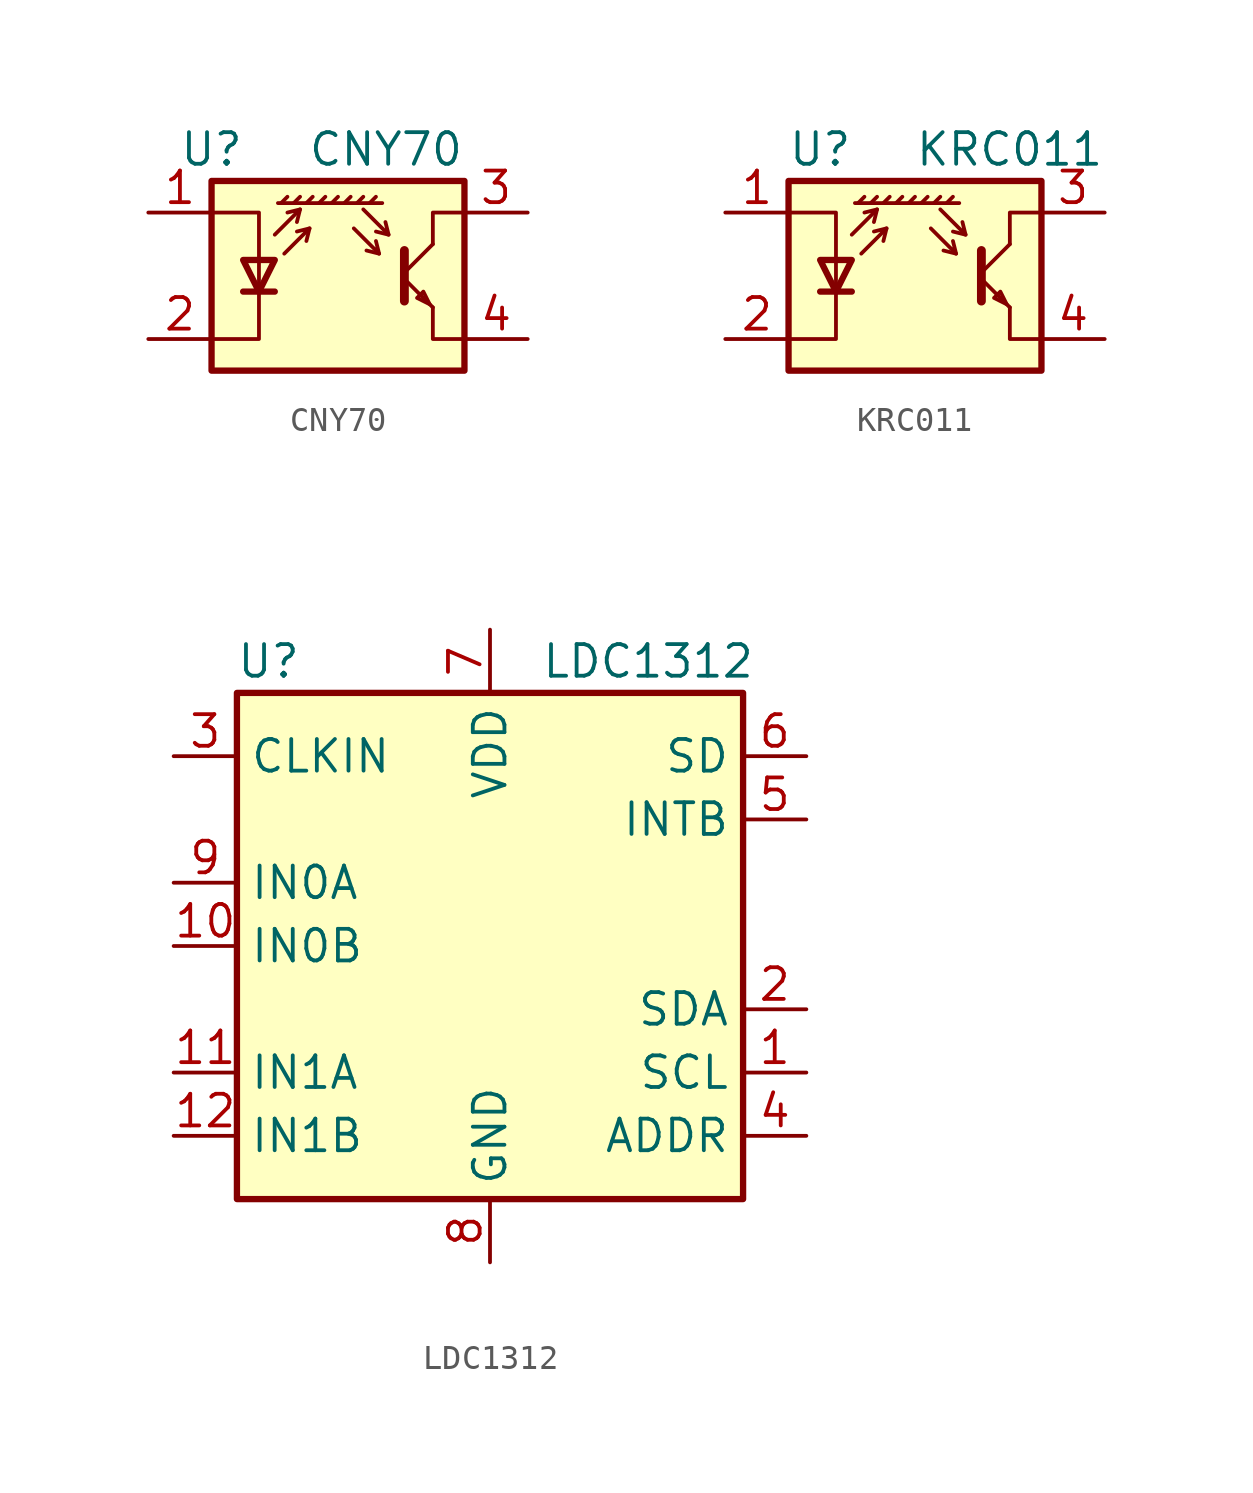
<source format=kicad_sym>
(kicad_symbol_lib
  (version 20231120)
  (generator "kicad_symbol_editor")
  (generator_version "8.0")
  (symbol "CNY70"
    (pin_names
      (offset 1.016) hide)
    (property "Reference" "U"
      (at -5.08 5.08 0)
      (effects (font (size 1.27 1.27))))
    (property "Value" "CNY70"
      (at 5.08 5.08 0)
      (effects (font (size 1.27 1.27)) (justify right)))
    (symbol "CNY70_0_1"
      (polyline (pts (xy -3.81 -0.635) (xy -2.54 -0.635)) (stroke (width 0.254) (type default)) (fill (type none)))
      (polyline (pts (xy -2.286 2.921) (xy -2.032 3.175)) (stroke (width 0) (type default)) (fill (type none)))
      (polyline (pts (xy -1.778 2.921) (xy -1.524 3.175)) (stroke (width 0) (type default)) (fill (type none)))
      (polyline (pts (xy -1.524 2.667) (xy -1.651 2.159)) (stroke (width 0) (type default)) (fill (type none)))
      (polyline (pts (xy -1.27 2.921) (xy -1.016 3.175)) (stroke (width 0) (type default)) (fill (type none)))
      (polyline (pts (xy -1.143 1.905) (xy -1.27 1.397)) (stroke (width 0) (type default)) (fill (type none)))
      (polyline (pts (xy -0.762 2.921) (xy -0.508 3.175)) (stroke (width 0) (type default)) (fill (type none)))
      (polyline (pts (xy -0.254 2.921) (xy 0 3.175)) (stroke (width 0) (type default)) (fill (type none)))
      (polyline (pts (xy 0.254 2.921) (xy 0.508 3.175)) (stroke (width 0) (type default)) (fill (type none)))
      (polyline (pts (xy 0.762 2.921) (xy 1.016 3.175)) (stroke (width 0) (type default)) (fill (type none)))
      (polyline (pts (xy 1.27 2.921) (xy 1.524 3.175)) (stroke (width 0) (type default)) (fill (type none)))
      (polyline (pts (xy 1.651 0.889) (xy 1.143 1.016)) (stroke (width 0) (type default)) (fill (type none)))
      (polyline (pts (xy 1.778 2.921) (xy -2.413 2.921)) (stroke (width 0) (type default)) (fill (type none)))
      (polyline (pts (xy 2.032 1.651) (xy 1.524 1.778)) (stroke (width 0) (type default)) (fill (type none)))
      (polyline (pts (xy 2.667 -0.127) (xy 3.81 -1.27)) (stroke (width 0) (type default)) (fill (type none)))
      (polyline (pts (xy 2.667 0.127) (xy 3.81 1.27)) (stroke (width 0) (type default)) (fill (type none)))
      (polyline (pts (xy -2.54 1.651) (xy -1.524 2.667) (xy -2.032 2.54)) (stroke (width 0) (type default)) (fill (type none)))
      (polyline (pts (xy -2.159 0.889) (xy -1.143 1.905) (xy -1.651 1.778)) (stroke (width 0) (type default)) (fill (type none)))
      (polyline (pts (xy 0.635 1.905) (xy 1.651 0.889) (xy 1.524 1.397)) (stroke (width 0) (type default)) (fill (type none)))
      (polyline (pts (xy 1.016 2.667) (xy 2.032 1.651) (xy 1.905 2.159)) (stroke (width 0) (type default)) (fill (type none)))
      (polyline (pts (xy 2.667 1.016) (xy 2.667 -1.016) (xy 2.667 -1.016)) (stroke (width 0.356) (type default)) (fill (type none)))
      (polyline (pts (xy 3.81 -1.27) (xy 3.81 -2.54) (xy 5.08 -2.54)) (stroke (width 0) (type default)) (fill (type none)))
      (polyline (pts (xy 3.81 1.27) (xy 3.81 2.54) (xy 5.08 2.54)) (stroke (width 0) (type default)) (fill (type none)))
      (polyline (pts (xy -5.08 -2.54) (xy -3.175 -2.54) (xy -3.175 2.54) (xy -5.08 2.54)) (stroke (width 0) (type default)) (fill (type none)))
      (polyline (pts (xy -3.175 -0.635) (xy -3.81 0.635) (xy -2.54 0.635) (xy -3.175 -0.635)) (stroke (width 0.254) (type default)) (fill (type none)))
      (polyline (pts (xy 3.683 -1.143) (xy 3.429 -0.635) (xy 3.175 -0.889) (xy 3.683 -1.143)) (stroke (width 0) (type default)) (fill (type none)))
      (polyline (pts (xy -5.08 -3.81) (xy 5.08 -3.81) (xy 5.08 3.81) (xy -5.08 3.81) (xy -5.08 -3.81)) (stroke (width 0.254) (type default)) (fill (type background))))
    (symbol "CNY70_1_1"
      (pin passive line (at -7.62 2.54 0) (length 2.54) (name "A" (effects (font (size 1.27 1.27)))) (number "1" (effects (font (size 1.27 1.27)))))
      (pin passive line (at -7.62 -2.54 0) (length 2.54) (name "K" (effects (font (size 1.27 1.27)))) (number "2" (effects (font (size 1.27 1.27)))))
      (pin open_collector line (at 7.62 2.54 180) (length 2.54) (name "C" (effects (font (size 1.27 1.27)))) (number "3" (effects (font (size 1.27 1.27)))))
      (pin open_emitter line (at 7.62 -2.54 180) (length 2.54) (name "E" (effects (font (size 1.27 1.27)))) (number "4" (effects (font (size 1.27 1.27)))))))
  (symbol "KRC011"
    (pin_names
      (offset 1.016) hide)
    (property "Reference" "U"
      (at -3.81 5.08 0)
      (effects (font (size 1.27 1.27))))
    (property "Value" "KRC011"
      (at 7.62 5.08 0)
      (effects (font (size 1.27 1.27)) (justify right)))
    (symbol "KRC011_0_1"
      (polyline (pts (xy -3.81 -0.635) (xy -2.54 -0.635)) (stroke (width 0.254) (type default)) (fill (type none)))
      (polyline (pts (xy -2.286 2.921) (xy -2.032 3.175)) (stroke (width 0) (type default)) (fill (type none)))
      (polyline (pts (xy -1.778 2.921) (xy -1.524 3.175)) (stroke (width 0) (type default)) (fill (type none)))
      (polyline (pts (xy -1.524 2.667) (xy -1.651 2.159)) (stroke (width 0) (type default)) (fill (type none)))
      (polyline (pts (xy -1.27 2.921) (xy -1.016 3.175)) (stroke (width 0) (type default)) (fill (type none)))
      (polyline (pts (xy -1.143 1.905) (xy -1.27 1.397)) (stroke (width 0) (type default)) (fill (type none)))
      (polyline (pts (xy -0.762 2.921) (xy -0.508 3.175)) (stroke (width 0) (type default)) (fill (type none)))
      (polyline (pts (xy -0.254 2.921) (xy 0 3.175)) (stroke (width 0) (type default)) (fill (type none)))
      (polyline (pts (xy 0.254 2.921) (xy 0.508 3.175)) (stroke (width 0) (type default)) (fill (type none)))
      (polyline (pts (xy 0.762 2.921) (xy 1.016 3.175)) (stroke (width 0) (type default)) (fill (type none)))
      (polyline (pts (xy 1.27 2.921) (xy 1.524 3.175)) (stroke (width 0) (type default)) (fill (type none)))
      (polyline (pts (xy 1.651 0.889) (xy 1.143 1.016)) (stroke (width 0) (type default)) (fill (type none)))
      (polyline (pts (xy 1.778 2.921) (xy -2.413 2.921)) (stroke (width 0) (type default)) (fill (type none)))
      (polyline (pts (xy 2.032 1.651) (xy 1.524 1.778)) (stroke (width 0) (type default)) (fill (type none)))
      (polyline (pts (xy 2.667 -0.127) (xy 3.81 -1.27)) (stroke (width 0) (type default)) (fill (type none)))
      (polyline (pts (xy 2.667 0.127) (xy 3.81 1.27)) (stroke (width 0) (type default)) (fill (type none)))
      (polyline (pts (xy -2.54 1.651) (xy -1.524 2.667) (xy -2.032 2.54)) (stroke (width 0) (type default)) (fill (type none)))
      (polyline (pts (xy -2.159 0.889) (xy -1.143 1.905) (xy -1.651 1.778)) (stroke (width 0) (type default)) (fill (type none)))
      (polyline (pts (xy 0.635 1.905) (xy 1.651 0.889) (xy 1.524 1.397)) (stroke (width 0) (type default)) (fill (type none)))
      (polyline (pts (xy 1.016 2.667) (xy 2.032 1.651) (xy 1.905 2.159)) (stroke (width 0) (type default)) (fill (type none)))
      (polyline (pts (xy 2.667 1.016) (xy 2.667 -1.016) (xy 2.667 -1.016)) (stroke (width 0.356) (type default)) (fill (type none)))
      (polyline (pts (xy 3.81 -1.27) (xy 3.81 -2.54) (xy 5.08 -2.54)) (stroke (width 0) (type default)) (fill (type none)))
      (polyline (pts (xy 3.81 1.27) (xy 3.81 2.54) (xy 5.08 2.54)) (stroke (width 0) (type default)) (fill (type none)))
      (polyline (pts (xy -5.08 -2.54) (xy -3.175 -2.54) (xy -3.175 2.54) (xy -5.08 2.54)) (stroke (width 0) (type default)) (fill (type none)))
      (polyline (pts (xy -3.175 -0.635) (xy -3.81 0.635) (xy -2.54 0.635) (xy -3.175 -0.635)) (stroke (width 0.254) (type default)) (fill (type none)))
      (polyline (pts (xy 3.683 -1.143) (xy 3.429 -0.635) (xy 3.175 -0.889) (xy 3.683 -1.143)) (stroke (width 0) (type default)) (fill (type none)))
      (polyline (pts (xy -5.08 -3.81) (xy 5.08 -3.81) (xy 5.08 3.81) (xy -5.08 3.81) (xy -5.08 -3.81)) (stroke (width 0.254) (type default)) (fill (type background))))
    (symbol "KRC011_1_1"
      (pin passive line (at -7.62 2.54 0) (length 2.54) (name "A" (effects (font (size 1.27 1.27)))) (number "1" (effects (font (size 1.27 1.27)))))
      (pin passive line (at -7.62 -2.54 0) (length 2.54) (name "K" (effects (font (size 1.27 1.27)))) (number "2" (effects (font (size 1.27 1.27)))))
      (pin open_collector line (at 7.62 2.54 180) (length 2.54) (name "C" (effects (font (size 1.27 1.27)))) (number "3" (effects (font (size 1.27 1.27)))))
      (pin open_emitter line (at 7.62 -2.54 180) (length 2.54) (name "E" (effects (font (size 1.27 1.27)))) (number "4" (effects (font (size 1.27 1.27)))))))
  (symbol "LDC1312"
    (property "Reference" "U"
      (at -8.89 11.43 0)
      (effects (font (size 1.27 1.27))))
    (property "Value" "LDC1312"
      (at 6.35 11.43 0)
      (effects (font (size 1.27 1.27))))
    (symbol "LDC1312_0_1"
      (rectangle (start -10.16 -10.16) (end 10.16 10.16) (stroke (width 0.254) (type default)) (fill (type background))))
    (symbol "LDC1312_1_1"
      (pin input line (at 12.7 -5.08 180) (length 2.54) (name "SCL" (effects (font (size 1.27 1.27)))) (number "1" (effects (font (size 1.27 1.27)))))
      (pin input line (at -12.7 0 0) (length 2.54) (name "IN0B" (effects (font (size 1.27 1.27)))) (number "10" (effects (font (size 1.27 1.27)))))
      (pin input line (at -12.7 -5.08 0) (length 2.54) (name "IN1A" (effects (font (size 1.27 1.27)))) (number "11" (effects (font (size 1.27 1.27)))))
      (pin input line (at -12.7 -7.62 0) (length 2.54) (name "IN1B" (effects (font (size 1.27 1.27)))) (number "12" (effects (font (size 1.27 1.27)))))
      (pin passive line (at 0 -12.7 90) (length 2.54) hide (name "GND" (effects (font (size 1.27 1.27)))) (number "13" (effects (font (size 1.27 1.27)))))
      (pin bidirectional line (at 12.7 -2.54 180) (length 2.54) (name "SDA" (effects (font (size 1.27 1.27)))) (number "2" (effects (font (size 1.27 1.27)))))
      (pin input line (at -12.7 7.62 0) (length 2.54) (name "CLKIN" (effects (font (size 1.27 1.27)))) (number "3" (effects (font (size 1.27 1.27)))))
      (pin input line (at 12.7 -7.62 180) (length 2.54) (name "ADDR" (effects (font (size 1.27 1.27)))) (number "4" (effects (font (size 1.27 1.27)))))
      (pin open_collector line (at 12.7 5.08 180) (length 2.54) (name "INTB" (effects (font (size 1.27 1.27)))) (number "5" (effects (font (size 1.27 1.27)))))
      (pin input line (at 12.7 7.62 180) (length 2.54) (name "SD" (effects (font (size 1.27 1.27)))) (number "6" (effects (font (size 1.27 1.27)))))
      (pin power_in line (at 0 12.7 270) (length 2.54) (name "VDD" (effects (font (size 1.27 1.27)))) (number "7" (effects (font (size 1.27 1.27)))))
      (pin power_in line (at 0 -12.7 90) (length 2.54) (name "GND" (effects (font (size 1.27 1.27)))) (number "8" (effects (font (size 1.27 1.27)))))
      (pin input line (at -12.7 2.54 0) (length 2.54) (name "IN0A" (effects (font (size 1.27 1.27)))) (number "9" (effects (font (size 1.27 1.27))))))))
</source>
